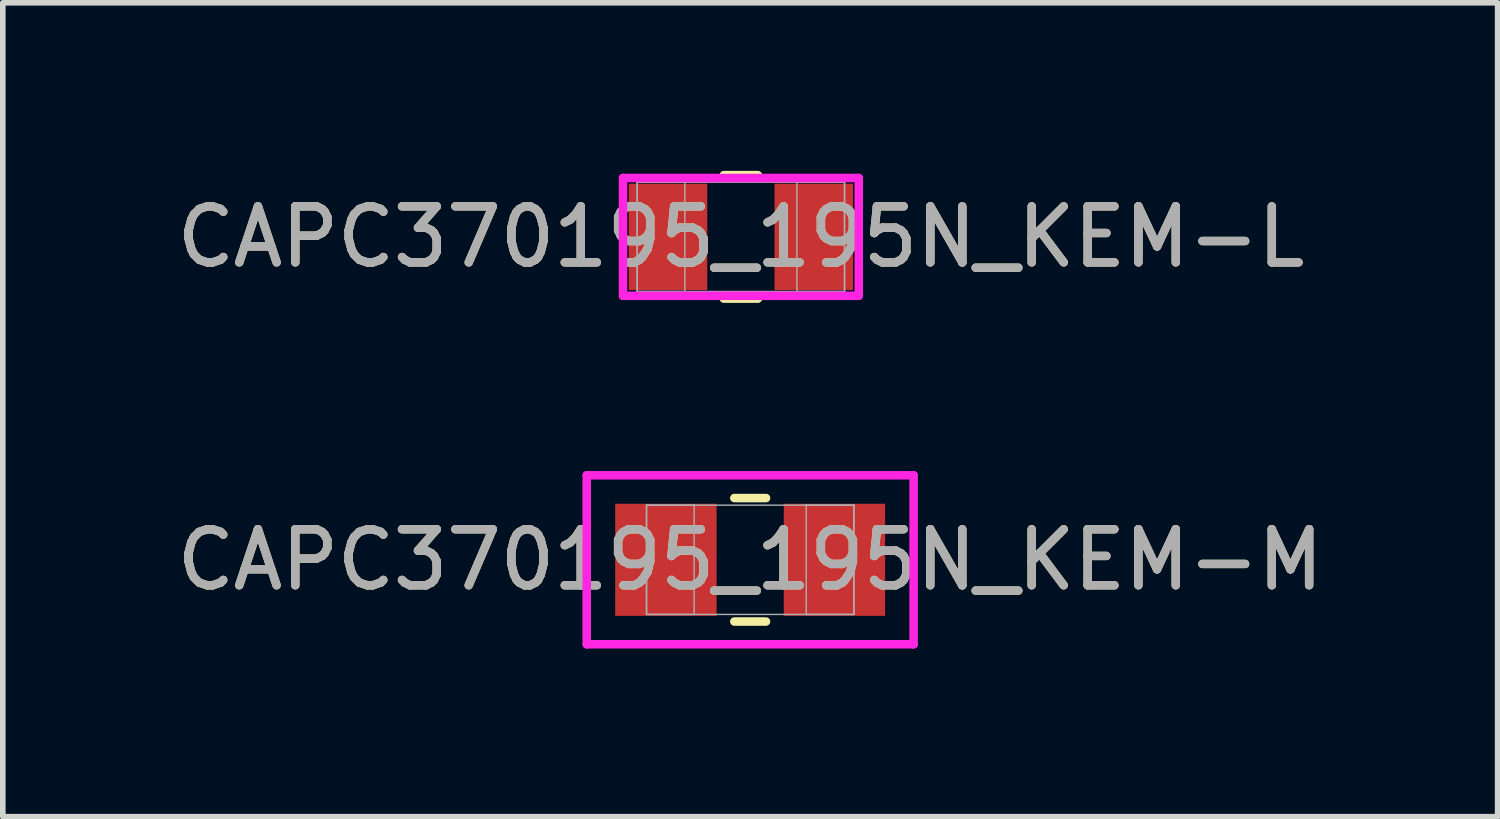
<source format=kicad_pcb>
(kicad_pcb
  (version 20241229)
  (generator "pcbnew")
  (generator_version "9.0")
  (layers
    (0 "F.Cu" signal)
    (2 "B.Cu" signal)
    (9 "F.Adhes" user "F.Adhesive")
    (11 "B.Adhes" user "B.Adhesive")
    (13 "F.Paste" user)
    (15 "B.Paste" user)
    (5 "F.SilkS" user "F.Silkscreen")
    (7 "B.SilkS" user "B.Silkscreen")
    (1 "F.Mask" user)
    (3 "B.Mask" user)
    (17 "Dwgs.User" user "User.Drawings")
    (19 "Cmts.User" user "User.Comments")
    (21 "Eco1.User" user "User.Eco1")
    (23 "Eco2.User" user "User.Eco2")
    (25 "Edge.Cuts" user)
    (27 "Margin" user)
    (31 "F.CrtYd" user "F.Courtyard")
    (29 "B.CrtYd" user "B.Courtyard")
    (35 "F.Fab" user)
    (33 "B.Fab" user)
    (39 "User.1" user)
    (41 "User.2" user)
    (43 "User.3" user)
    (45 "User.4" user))
  (footprint "CAPC370195_195N_KEM-L"
    (layer "F.Cu")
    (at 10.173 1.178)
    (property "Reference" "CAPC370195_195N_KEM-L" (at 0 0 0) (unlocked yes) (layer "F.SilkS") (effects (font (size 1 1) (thickness 0.15))))
    (attr smd)
    (fp_line (start -0.304 1.102) (end 0.304 1.102) (stroke (width 0.152) (type solid)) (layer "F.SilkS"))
    (fp_line (start 0.304 -1.102) (end -0.304 -1.102) (stroke (width 0.152) (type solid)) (layer "F.SilkS"))
    (fp_line (start -2.104 -1.051) (end 2.104 -1.051) (stroke (width 0.152) (type solid)) (layer "F.CrtYd"))
    (fp_line (start -2.104 1.051) (end -2.104 -1.051) (stroke (width 0.152) (type solid)) (layer "F.CrtYd"))
    (fp_line (start 2.104 -1.051) (end 2.104 1.051) (stroke (width 0.152) (type solid)) (layer "F.CrtYd"))
    (fp_line (start 2.104 1.051) (end -2.104 1.051) (stroke (width 0.152) (type solid)) (layer "F.CrtYd"))
    (fp_line (start -1.85 -0.975) (end -1.85 0.975) (stroke (width 0.025) (type solid)) (layer "F.Fab"))
    (fp_line (start -1.85 -0.975) (end -1.85 0.975) (stroke (width 0.025) (type solid)) (layer "F.Fab"))
    (fp_line (start -1.85 0.975) (end -1 0.975) (stroke (width 0.025) (type solid)) (layer "F.Fab"))
    (fp_line (start -1.85 0.975) (end 1.85 0.975) (stroke (width 0.025) (type solid)) (layer "F.Fab"))
    (fp_line (start -1 -0.975) (end -1.85 -0.975) (stroke (width 0.025) (type solid)) (layer "F.Fab"))
    (fp_line (start -1 0.975) (end -1 -0.975) (stroke (width 0.025) (type solid)) (layer "F.Fab"))
    (fp_line (start 1 -0.975) (end 1 0.975) (stroke (width 0.025) (type solid)) (layer "F.Fab"))
    (fp_line (start 1 0.975) (end 1.85 0.975) (stroke (width 0.025) (type solid)) (layer "F.Fab"))
    (fp_line (start 1.85 -0.975) (end -1.85 -0.975) (stroke (width 0.025) (type solid)) (layer "F.Fab"))
    (fp_line (start 1.85 -0.975) (end 1 -0.975) (stroke (width 0.025) (type solid)) (layer "F.Fab"))
    (fp_line (start 1.85 0.975) (end 1.85 -0.975) (stroke (width 0.025) (type solid)) (layer "F.Fab"))
    (fp_line (start 1.85 0.975) (end 1.85 -0.975) (stroke (width 0.025) (type solid)) (layer "F.Fab"))
    (fp_text user "${REFERENCE}" (at 0 0 0) (unlocked yes) (layer "F.Fab") (effects (font (size 1 1) (thickness 0.15))))
    (pad "1" smd rect (at -1.301 0) (size 1.402 1.899) (layers "F.Cu" "F.Mask" "F.Paste"))
    (pad "2" smd rect (at 1.301 0) (size 1.402 1.899) (layers "F.Cu" "F.Mask" "F.Paste"))
    (zone (net_name "") (layer "F.Cu") (hatch full 0.508) (connect_pads) (min_thickness 0.254) (filled_areas_thickness no) (keepout (tracks not_allowed) (vias not_allowed) (pads allowed) (copperpour not_allowed) (footprints allowed)) (placement (enabled no)) (fill) (polygon (pts (xy 9.623 0.254) (xy 10.722 0.254) (xy 10.722 2.102) (xy 9.623 2.102)))))
  (footprint "CAPC370195_195N_KEM-M"
    (layer "F.Cu")
    (at 10.339 6.941)
    (property "Reference" "CAPC370195_195N_KEM-M" (at 0 0 0) (unlocked yes) (layer "F.SilkS") (effects (font (size 1 1) (thickness 0.15))))
    (attr smd)
    (fp_line (start -0.283 1.102) (end 0.283 1.102) (stroke (width 0.152) (type solid)) (layer "F.SilkS"))
    (fp_line (start 0.283 -1.102) (end -0.283 -1.102) (stroke (width 0.152) (type solid)) (layer "F.SilkS"))
    (fp_line (start -2.917 -1.508) (end 2.917 -1.508) (stroke (width 0.152) (type solid)) (layer "F.CrtYd"))
    (fp_line (start -2.917 1.508) (end -2.917 -1.508) (stroke (width 0.152) (type solid)) (layer "F.CrtYd"))
    (fp_line (start 2.917 -1.508) (end 2.917 1.508) (stroke (width 0.152) (type solid)) (layer "F.CrtYd"))
    (fp_line (start 2.917 1.508) (end -2.917 1.508) (stroke (width 0.152) (type solid)) (layer "F.CrtYd"))
    (fp_line (start -1.85 -0.975) (end -1.85 0.975) (stroke (width 0.025) (type solid)) (layer "F.Fab"))
    (fp_line (start -1.85 -0.975) (end -1.85 0.975) (stroke (width 0.025) (type solid)) (layer "F.Fab"))
    (fp_line (start -1.85 0.975) (end -1 0.975) (stroke (width 0.025) (type solid)) (layer "F.Fab"))
    (fp_line (start -1.85 0.975) (end 1.85 0.975) (stroke (width 0.025) (type solid)) (layer "F.Fab"))
    (fp_line (start -1 -0.975) (end -1.85 -0.975) (stroke (width 0.025) (type solid)) (layer "F.Fab"))
    (fp_line (start -1 0.975) (end -1 -0.975) (stroke (width 0.025) (type solid)) (layer "F.Fab"))
    (fp_line (start 1 -0.975) (end 1 0.975) (stroke (width 0.025) (type solid)) (layer "F.Fab"))
    (fp_line (start 1 0.975) (end 1.85 0.975) (stroke (width 0.025) (type solid)) (layer "F.Fab"))
    (fp_line (start 1.85 -0.975) (end -1.85 -0.975) (stroke (width 0.025) (type solid)) (layer "F.Fab"))
    (fp_line (start 1.85 -0.975) (end 1 -0.975) (stroke (width 0.025) (type solid)) (layer "F.Fab"))
    (fp_line (start 1.85 0.975) (end 1.85 -0.975) (stroke (width 0.025) (type solid)) (layer "F.Fab"))
    (fp_line (start 1.85 0.975) (end 1.85 -0.975) (stroke (width 0.025) (type solid)) (layer "F.Fab"))
    (fp_text user "${REFERENCE}" (at 0 0 0) (unlocked yes) (layer "F.Fab") (effects (font (size 1 1) (thickness 0.15))))
    (pad "1" smd rect (at -1.504 0) (size 1.809 2.001) (layers "F.Cu" "F.Mask" "F.Paste"))
    (pad "2" smd rect (at 1.504 0) (size 1.809 2.001) (layers "F.Cu" "F.Mask" "F.Paste"))
    (zone (net_name "") (layer "F.Cu") (hatch full 0.508) (connect_pads) (min_thickness 0.254) (filled_areas_thickness no) (keepout (tracks not_allowed) (vias not_allowed) (pads allowed) (copperpour not_allowed) (footprints allowed)) (placement (enabled no)) (fill) (polygon (pts (xy 9.79 6.017) (xy 10.888 6.017) (xy 10.888 7.865) (xy 9.79 7.865)))))
  (gr_rect
    (start -3 -3)
    (end 23.679 11.526)
    (stroke (width 0.1) (type default))
    (fill no)
    (layer "Edge.Cuts")))
</source>
